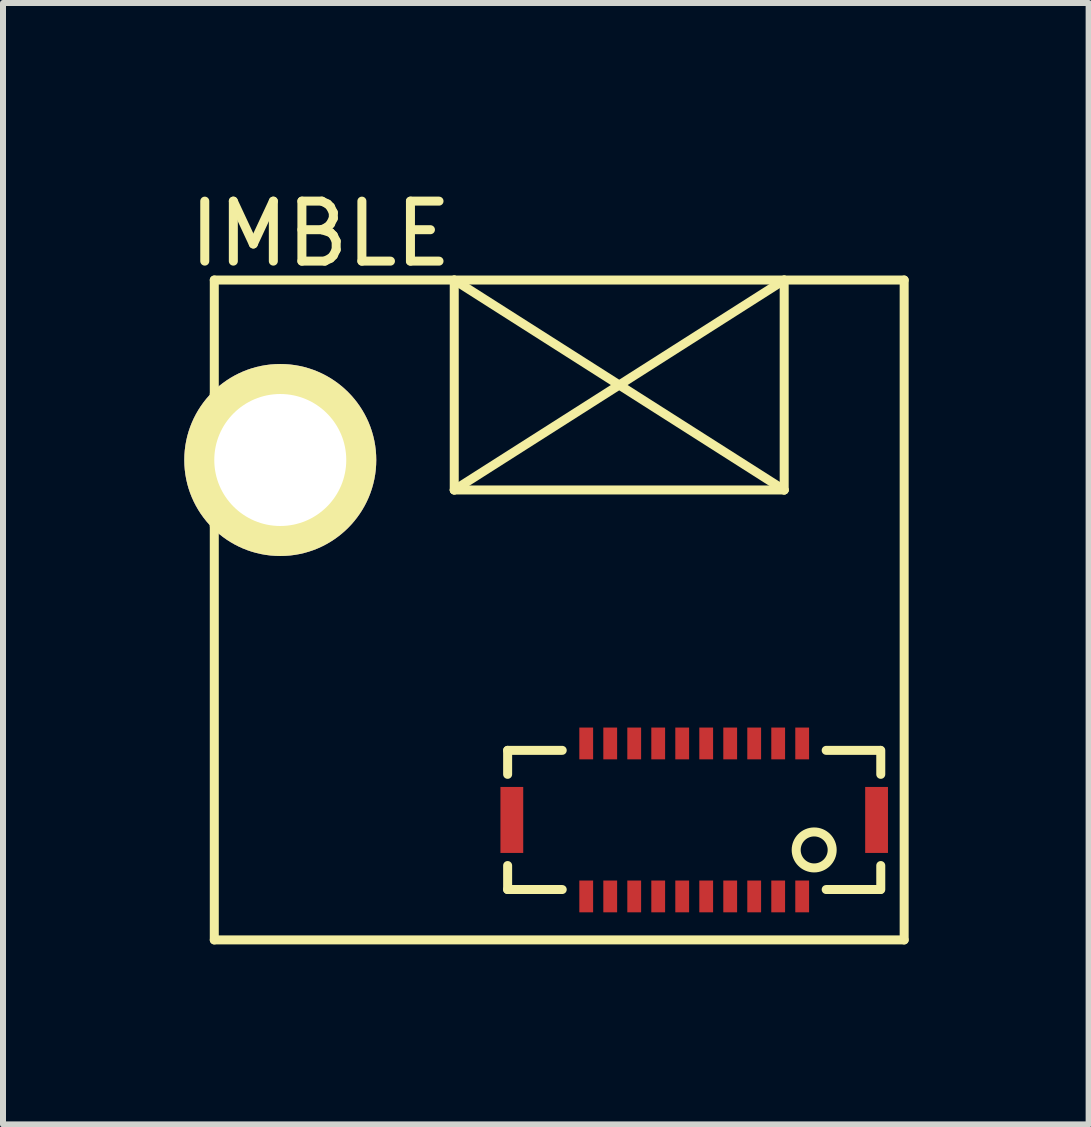
<source format=kicad_pcb>
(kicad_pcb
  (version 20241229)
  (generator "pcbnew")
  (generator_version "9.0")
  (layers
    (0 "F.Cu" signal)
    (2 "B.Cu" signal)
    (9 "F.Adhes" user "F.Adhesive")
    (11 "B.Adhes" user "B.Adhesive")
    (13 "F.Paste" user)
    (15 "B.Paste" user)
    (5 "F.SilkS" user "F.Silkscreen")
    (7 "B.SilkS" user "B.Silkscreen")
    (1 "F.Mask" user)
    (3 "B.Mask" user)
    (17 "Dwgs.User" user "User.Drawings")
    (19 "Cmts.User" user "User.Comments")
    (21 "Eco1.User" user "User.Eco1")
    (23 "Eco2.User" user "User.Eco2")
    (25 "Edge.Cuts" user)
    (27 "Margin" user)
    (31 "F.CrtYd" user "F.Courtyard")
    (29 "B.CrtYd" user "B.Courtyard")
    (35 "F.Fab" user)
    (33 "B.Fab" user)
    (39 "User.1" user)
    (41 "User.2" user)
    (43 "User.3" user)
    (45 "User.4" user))
  (footprint "IMBLE"
    (layer "F.Cu")
    (at 0.522 1.618)
    (property "Reference" "IMBLE" (at 1.77 -0.77 0) (layer "F.SilkS") (effects (font (size 1 1) (thickness 0.15))))
    (attr through_hole)
    (fp_line (start 0 0) (end 0 11) (stroke (width 0.15) (type solid)) (layer "F.SilkS"))
    (fp_line (start 0 11) (end 11.5 11) (stroke (width 0.15) (type solid)) (layer "F.SilkS"))
    (fp_line (start 1.1 1.9) (end 0 1.9) (stroke (width 0.15) (type solid)) (layer "F.SilkS"))
    (fp_line (start 1.1 4.1) (end 0 4.1) (stroke (width 0.15) (type solid)) (layer "F.SilkS"))
    (fp_line (start 4 0) (end 4 3.5) (stroke (width 0.15) (type solid)) (layer "F.SilkS"))
    (fp_line (start 4 0) (end 9.5 3.5) (stroke (width 0.15) (type solid)) (layer "F.SilkS"))
    (fp_line (start 4 3.5) (end 9.5 3.5) (stroke (width 0.15) (type solid)) (layer "F.SilkS"))
    (fp_line (start 4.89 7.84) (end 4.89 8.24) (stroke (width 0.15) (type solid)) (layer "F.SilkS"))
    (fp_line (start 4.89 9.76) (end 4.89 10.16) (stroke (width 0.15) (type solid)) (layer "F.SilkS"))
    (fp_line (start 4.89 10.16) (end 5.8 10.16) (stroke (width 0.15) (type solid)) (layer "F.SilkS"))
    (fp_line (start 5.8 7.84) (end 4.89 7.84) (stroke (width 0.15) (type solid)) (layer "F.SilkS"))
    (fp_line (start 9.5 0) (end 4 3.5) (stroke (width 0.15) (type solid)) (layer "F.SilkS"))
    (fp_line (start 9.5 3.5) (end 9.5 0) (stroke (width 0.15) (type solid)) (layer "F.SilkS"))
    (fp_line (start 10.2 10.16) (end 11.1 10.16) (stroke (width 0.15) (type solid)) (layer "F.SilkS"))
    (fp_line (start 11.1 7.84) (end 10.2 7.84) (stroke (width 0.15) (type solid)) (layer "F.SilkS"))
    (fp_line (start 11.11 7.84) (end 11.11 8.24) (stroke (width 0.15) (type solid)) (layer "F.SilkS"))
    (fp_line (start 11.11 9.76) (end 11.11 10.16) (stroke (width 0.15) (type solid)) (layer "F.SilkS"))
    (fp_line (start 11.5 0) (end 0 0) (stroke (width 0.15) (type solid)) (layer "F.SilkS"))
    (fp_line (start 11.5 11) (end 11.5 0) (stroke (width 0.15) (type solid)) (layer "F.SilkS"))
    (fp_arc (start 1.1 1.9) (mid 2.2 3) (end 1.1 4.1) (stroke (width 0.15) (type solid)) (layer "F.SilkS"))
    (fp_circle (center 10 9.5) (end 10 9.2) (stroke (width 0.15) (type solid)) (fill no) (layer "F.SilkS"))
    (pad "1" smd rect (at 9.8 10.275) (size 0.23 0.53) (layers "F.Cu" "F.Mask" "F.Paste"))
    (pad "2" smd rect (at 9.8 7.725) (size 0.23 0.53) (layers "F.Cu" "F.Mask" "F.Paste"))
    (pad "3" smd rect (at 9.4 10.275) (size 0.23 0.53) (layers "F.Cu" "F.Mask" "F.Paste"))
    (pad "4" smd rect (at 9.4 7.725) (size 0.23 0.53) (layers "F.Cu" "F.Mask" "F.Paste"))
    (pad "5" smd rect (at 9 10.275) (size 0.23 0.53) (layers "F.Cu" "F.Mask" "F.Paste"))
    (pad "6" smd rect (at 9 7.725) (size 0.23 0.53) (layers "F.Cu" "F.Mask" "F.Paste"))
    (pad "7" smd rect (at 8.6 10.275) (size 0.23 0.53) (layers "F.Cu" "F.Mask" "F.Paste"))
    (pad "8" smd rect (at 8.6 7.725) (size 0.23 0.53) (layers "F.Cu" "F.Mask" "F.Paste"))
    (pad "9" smd rect (at 8.2 10.275) (size 0.23 0.53) (layers "F.Cu" "F.Mask" "F.Paste"))
    (pad "10" smd rect (at 8.2 7.725) (size 0.23 0.53) (layers "F.Cu" "F.Mask" "F.Paste"))
    (pad "11" smd rect (at 7.8 10.275) (size 0.23 0.53) (layers "F.Cu" "F.Mask" "F.Paste"))
    (pad "12" smd rect (at 7.8 7.725) (size 0.23 0.53) (layers "F.Cu" "F.Mask" "F.Paste"))
    (pad "13" smd rect (at 7.4 10.275) (size 0.23 0.53) (layers "F.Cu" "F.Mask" "F.Paste"))
    (pad "14" smd rect (at 7.4 7.725) (size 0.23 0.53) (layers "F.Cu" "F.Mask" "F.Paste"))
    (pad "15" smd rect (at 7 10.275) (size 0.23 0.53) (layers "F.Cu" "F.Mask" "F.Paste"))
    (pad "16" smd rect (at 7 7.725) (size 0.23 0.53) (layers "F.Cu" "F.Mask" "F.Paste"))
    (pad "17" smd rect (at 6.6 10.275) (size 0.23 0.53) (layers "F.Cu" "F.Mask" "F.Paste"))
    (pad "18" smd rect (at 6.6 7.725) (size 0.23 0.53) (layers "F.Cu" "F.Mask" "F.Paste"))
    (pad "19" smd rect (at 6.2 10.275) (size 0.23 0.53) (layers "F.Cu" "F.Mask" "F.Paste"))
    (pad "20" smd rect (at 6.2 7.725) (size 0.23 0.53) (layers "F.Cu" "F.Mask" "F.Paste"))
    (pad "21" smd rect (at 11.04 9) (size 0.38 1.1) (layers "F.Cu" "F.Mask" "F.Paste"))
    (pad "22" smd rect (at 4.96 9) (size 0.38 1.1) (layers "F.Cu" "F.Mask" "F.Paste"))
    (pad "HOLE" thru_hole circle (at 1.1 3) (size 3.2 3.2) (drill 2.2) (layers "*.Cu" "*.Mask" "F.SilkS")))
  (gr_rect
    (start -3 -3)
    (end 15.097 15.693)
    (stroke (width 0.1) (type default))
    (fill no)
    (layer "Edge.Cuts")))
</source>
